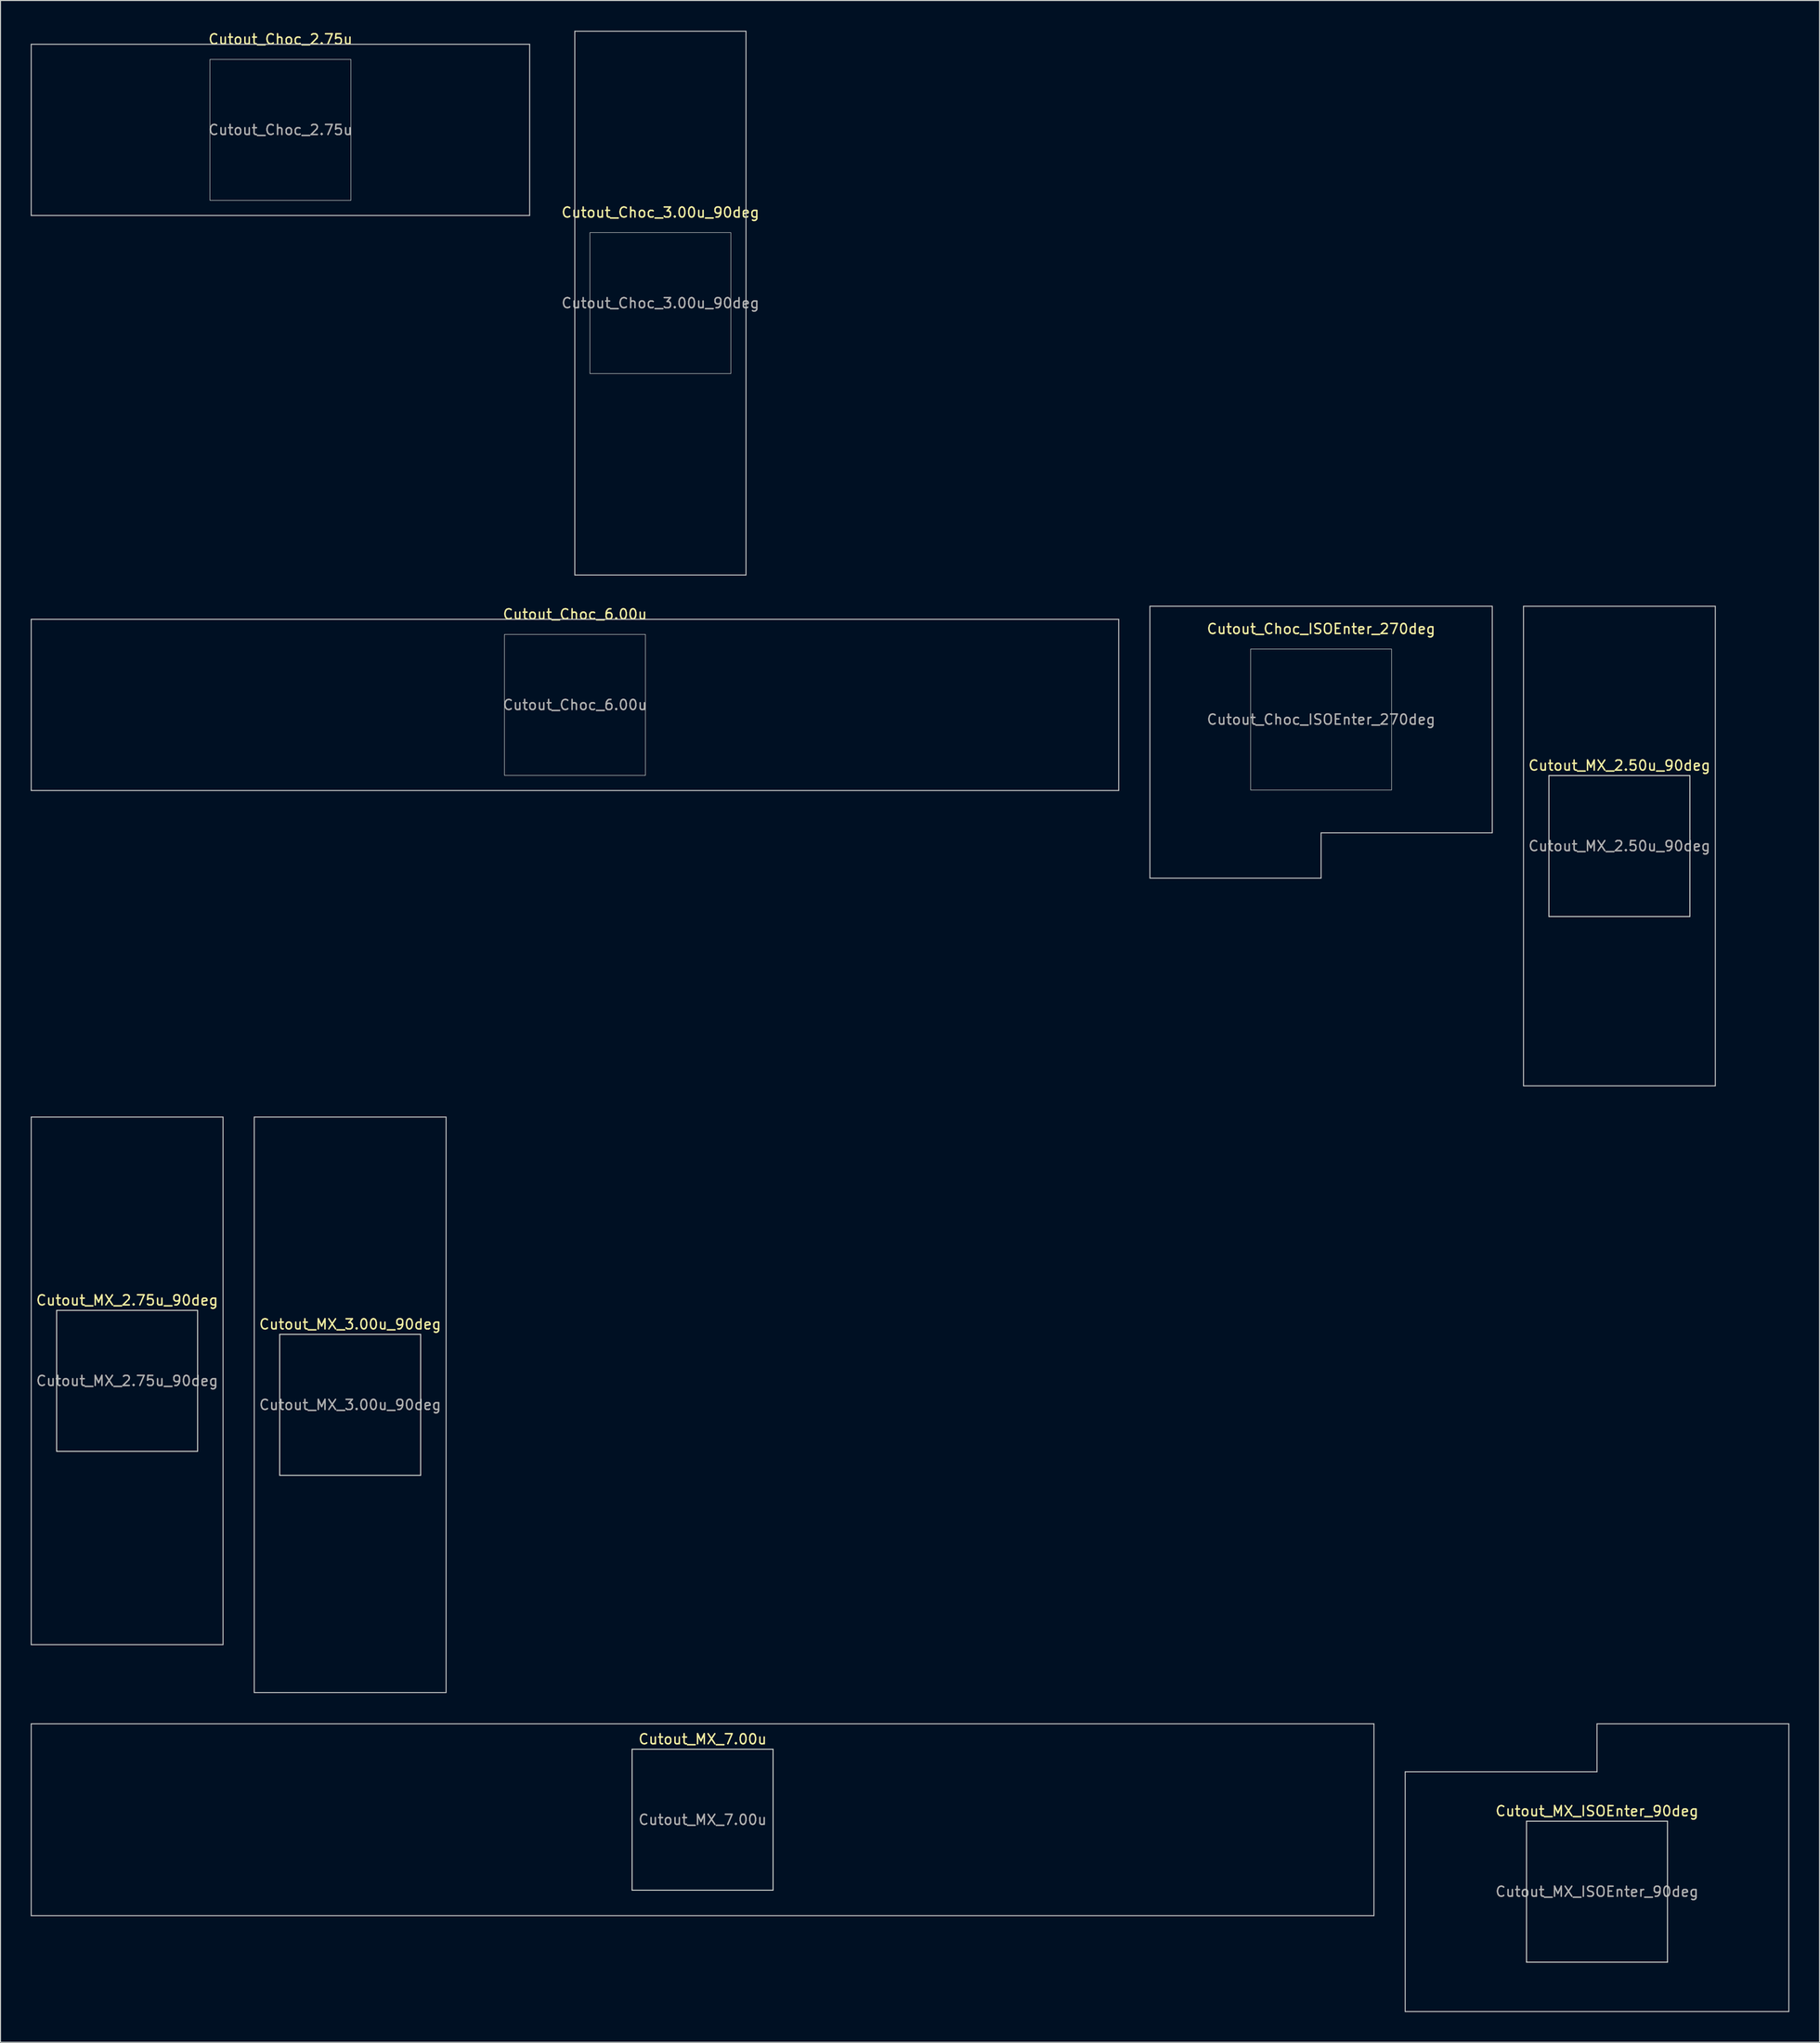
<source format=kicad_pcb>
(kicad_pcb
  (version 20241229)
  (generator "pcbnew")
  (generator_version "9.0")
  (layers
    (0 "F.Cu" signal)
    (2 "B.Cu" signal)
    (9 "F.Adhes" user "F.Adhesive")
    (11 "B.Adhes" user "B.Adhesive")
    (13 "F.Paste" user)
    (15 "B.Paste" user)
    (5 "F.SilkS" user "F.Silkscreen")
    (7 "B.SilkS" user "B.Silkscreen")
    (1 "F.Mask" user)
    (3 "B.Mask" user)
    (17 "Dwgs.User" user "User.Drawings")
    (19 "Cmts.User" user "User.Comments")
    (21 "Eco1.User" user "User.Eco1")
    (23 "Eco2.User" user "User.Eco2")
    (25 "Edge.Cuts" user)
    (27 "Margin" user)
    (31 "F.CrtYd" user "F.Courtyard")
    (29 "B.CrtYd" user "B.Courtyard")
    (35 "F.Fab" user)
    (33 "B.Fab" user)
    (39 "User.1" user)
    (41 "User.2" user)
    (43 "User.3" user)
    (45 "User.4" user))
  (footprint "Cutout_Choc_ISOEnter_270deg"
    (layer "F.Cu")
    (at 128.15 68.4)
    (property "Reference" "Cutout_Choc_ISOEnter_270deg" (at 0 -9 0) (layer "F.SilkS") (effects (font (size 1 1) (thickness 0.15))))
    (attr through_hole)
    (fp_line (start -17 -11.25) (end -17 15.75) (stroke (width 0.1) (type solid)) (layer "Dwgs.User"))
    (fp_line (start -17 15.75) (end 0 15.75) (stroke (width 0.1) (type solid)) (layer "Dwgs.User"))
    (fp_line (start 0 11.25) (end 17 11.25) (stroke (width 0.1) (type solid)) (layer "Dwgs.User"))
    (fp_line (start 0 15.75) (end 0 11.25) (stroke (width 0.1) (type solid)) (layer "Dwgs.User"))
    (fp_line (start 17 -11.25) (end -17 -11.25) (stroke (width 0.1) (type solid)) (layer "Dwgs.User"))
    (fp_line (start 17 11.25) (end 17 -11.25) (stroke (width 0.1) (type solid)) (layer "Dwgs.User"))
    (fp_rect (start -7 -7) (end 7 7) (stroke (width 0.05) (type default)) (fill no) (layer "Edge.Cuts"))
    (fp_text user "${REFERENCE}" (at 0 0 0) (layer "F.Fab") (effects (font (size 1 1) (thickness 0.15)))))
  (footprint "Cutout_MX_ISOEnter_90deg"
    (layer "F.Cu")
    (at 155.55 184.794)
    (property "Reference" "Cutout_MX_ISOEnter_90deg" (at 0 -8 0) (layer "F.SilkS") (effects (font (size 1 1) (thickness 0.15))))
    (attr through_hole)
    (fp_line (start -19.05 -11.906) (end -19.05 11.906) (stroke (width 0.1) (type solid)) (layer "Dwgs.User"))
    (fp_line (start -19.05 11.906) (end 19.05 11.906) (stroke (width 0.1) (type solid)) (layer "Dwgs.User"))
    (fp_line (start 0 -16.669) (end 0 -11.906) (stroke (width 0.1) (type solid)) (layer "Dwgs.User"))
    (fp_line (start 0 -11.906) (end -19.05 -11.906) (stroke (width 0.1) (type solid)) (layer "Dwgs.User"))
    (fp_line (start 19.05 -16.669) (end 0 -16.669) (stroke (width 0.1) (type solid)) (layer "Dwgs.User"))
    (fp_line (start 19.05 11.906) (end 19.05 -16.669) (stroke (width 0.1) (type solid)) (layer "Dwgs.User"))
    (fp_line (start -7 -7) (end -7 7) (stroke (width 0.1) (type solid)) (layer "Edge.Cuts"))
    (fp_line (start -7 7) (end 7 7) (stroke (width 0.1) (type solid)) (layer "Edge.Cuts"))
    (fp_line (start 7 -7) (end -7 -7) (stroke (width 0.1) (type solid)) (layer "Edge.Cuts"))
    (fp_line (start 7 7) (end 7 -7) (stroke (width 0.1) (type solid)) (layer "Edge.Cuts"))
    (fp_text user "${REFERENCE}" (at 0 0 0) (layer "F.Fab") (effects (font (size 1 1) (thickness 0.15)))))
  (footprint "Cutout_Choc_3.00u_90deg"
    (layer "F.Cu")
    (at 62.535 27.05)
    (property "Reference" "Cutout_Choc_3.00u_90deg" (at 0 -9 0) (layer "F.SilkS") (effects (font (size 1 1) (thickness 0.15))))
    (attr through_hole)
    (fp_line (start -8.5 -27) (end 8.5 -27) (stroke (width 0.1) (type solid)) (layer "Dwgs.User"))
    (fp_line (start -8.5 27) (end -8.5 -27) (stroke (width 0.1) (type solid)) (layer "Dwgs.User"))
    (fp_line (start 8.5 -27) (end 8.5 27) (stroke (width 0.1) (type solid)) (layer "Dwgs.User"))
    (fp_line (start 8.5 27) (end -8.5 27) (stroke (width 0.1) (type solid)) (layer "Dwgs.User"))
    (fp_rect (start -7 -7) (end 7 7) (stroke (width 0.05) (type default)) (fill no) (layer "Edge.Cuts"))
    (fp_text user "${REFERENCE}" (at 0 0 0) (layer "F.Fab") (effects (font (size 1 1) (thickness 0.15)))))
  (footprint "Cutout_MX_2.75u_90deg"
    (layer "F.Cu")
    (at 9.575 134.069)
    (property "Reference" "Cutout_MX_2.75u_90deg" (at 0 -8 0) (layer "F.SilkS") (effects (font (size 1 1) (thickness 0.15))))
    (attr through_hole)
    (fp_line (start -9.525 -26.194) (end 9.525 -26.194) (stroke (width 0.1) (type solid)) (layer "Dwgs.User"))
    (fp_line (start -9.525 26.194) (end -9.525 -26.194) (stroke (width 0.1) (type solid)) (layer "Dwgs.User"))
    (fp_line (start 9.525 -26.194) (end 9.525 26.194) (stroke (width 0.1) (type solid)) (layer "Dwgs.User"))
    (fp_line (start 9.525 26.194) (end -9.525 26.194) (stroke (width 0.1) (type solid)) (layer "Dwgs.User"))
    (fp_line (start -7 -7) (end -7 7) (stroke (width 0.1) (type solid)) (layer "Edge.Cuts"))
    (fp_line (start -7 7) (end 7 7) (stroke (width 0.1) (type solid)) (layer "Edge.Cuts"))
    (fp_line (start 7 -7) (end -7 -7) (stroke (width 0.1) (type solid)) (layer "Edge.Cuts"))
    (fp_line (start 7 7) (end 7 -7) (stroke (width 0.1) (type solid)) (layer "Edge.Cuts"))
    (fp_text user "${REFERENCE}" (at 0 0 0) (layer "F.Fab") (effects (font (size 1 1) (thickness 0.15)))))
  (footprint "Cutout_MX_3.00u_90deg"
    (layer "F.Cu")
    (at 31.725 136.45)
    (property "Reference" "Cutout_MX_3.00u_90deg" (at 0 -8 0) (layer "F.SilkS") (effects (font (size 1 1) (thickness 0.15))))
    (attr through_hole)
    (fp_line (start -9.525 -28.575) (end 9.525 -28.575) (stroke (width 0.1) (type solid)) (layer "Dwgs.User"))
    (fp_line (start -9.525 28.575) (end -9.525 -28.575) (stroke (width 0.1) (type solid)) (layer "Dwgs.User"))
    (fp_line (start 9.525 -28.575) (end 9.525 28.575) (stroke (width 0.1) (type solid)) (layer "Dwgs.User"))
    (fp_line (start 9.525 28.575) (end -9.525 28.575) (stroke (width 0.1) (type solid)) (layer "Dwgs.User"))
    (fp_line (start -7 -7) (end -7 7) (stroke (width 0.1) (type solid)) (layer "Edge.Cuts"))
    (fp_line (start -7 7) (end 7 7) (stroke (width 0.1) (type solid)) (layer "Edge.Cuts"))
    (fp_line (start 7 -7) (end -7 -7) (stroke (width 0.1) (type solid)) (layer "Edge.Cuts"))
    (fp_line (start 7 7) (end 7 -7) (stroke (width 0.1) (type solid)) (layer "Edge.Cuts"))
    (fp_text user "${REFERENCE}" (at 0 0 0) (layer "F.Fab") (effects (font (size 1 1) (thickness 0.15)))))
  (footprint "Cutout_Choc_6.00u"
    (layer "F.Cu")
    (at 54.05 66.948)
    (property "Reference" "Cutout_Choc_6.00u" (at 0 -9 0) (layer "F.SilkS") (effects (font (size 1 1) (thickness 0.15))))
    (attr through_hole)
    (fp_line (start -54 -8.5) (end -54 8.5) (stroke (width 0.1) (type solid)) (layer "Dwgs.User"))
    (fp_line (start -54 8.5) (end 54 8.5) (stroke (width 0.1) (type solid)) (layer "Dwgs.User"))
    (fp_line (start 54 -8.5) (end -54 -8.5) (stroke (width 0.1) (type solid)) (layer "Dwgs.User"))
    (fp_line (start 54 8.5) (end 54 -8.5) (stroke (width 0.1) (type solid)) (layer "Dwgs.User"))
    (fp_rect (start -7 -7) (end 7 7) (stroke (width 0.05) (type default)) (fill no) (layer "Edge.Cuts"))
    (fp_text user "${REFERENCE}" (at 0 0 0) (layer "F.Fab") (effects (font (size 1 1) (thickness 0.15)))))
  (footprint "Cutout_MX_7.00u"
    (layer "F.Cu")
    (at 66.725 177.65)
    (property "Reference" "Cutout_MX_7.00u" (at 0 -8 0) (layer "F.SilkS") (effects (font (size 1 1) (thickness 0.15))))
    (attr through_hole)
    (fp_line (start -66.675 -9.525) (end -66.675 9.525) (stroke (width 0.1) (type solid)) (layer "Dwgs.User"))
    (fp_line (start -66.675 9.525) (end 66.675 9.525) (stroke (width 0.1) (type solid)) (layer "Dwgs.User"))
    (fp_line (start 66.675 -9.525) (end -66.675 -9.525) (stroke (width 0.1) (type solid)) (layer "Dwgs.User"))
    (fp_line (start 66.675 9.525) (end 66.675 -9.525) (stroke (width 0.1) (type solid)) (layer "Dwgs.User"))
    (fp_line (start -7 -7) (end -7 7) (stroke (width 0.1) (type solid)) (layer "Edge.Cuts"))
    (fp_line (start -7 7) (end 7 7) (stroke (width 0.1) (type solid)) (layer "Edge.Cuts"))
    (fp_line (start 7 -7) (end -7 -7) (stroke (width 0.1) (type solid)) (layer "Edge.Cuts"))
    (fp_line (start 7 7) (end 7 -7) (stroke (width 0.1) (type solid)) (layer "Edge.Cuts"))
    (fp_text user "${REFERENCE}" (at 0 0 0) (layer "F.Fab") (effects (font (size 1 1) (thickness 0.15)))))
  (footprint "Cutout_MX_2.50u_90deg"
    (layer "F.Cu")
    (at 157.775 80.963)
    (property "Reference" "Cutout_MX_2.50u_90deg" (at 0 -8 0) (layer "F.SilkS") (effects (font (size 1 1) (thickness 0.15))))
    (attr through_hole)
    (fp_line (start -9.525 -23.812) (end 9.525 -23.812) (stroke (width 0.1) (type solid)) (layer "Dwgs.User"))
    (fp_line (start -9.525 23.812) (end -9.525 -23.812) (stroke (width 0.1) (type solid)) (layer "Dwgs.User"))
    (fp_line (start 9.525 -23.812) (end 9.525 23.812) (stroke (width 0.1) (type solid)) (layer "Dwgs.User"))
    (fp_line (start 9.525 23.812) (end -9.525 23.812) (stroke (width 0.1) (type solid)) (layer "Dwgs.User"))
    (fp_line (start -7 -7) (end -7 7) (stroke (width 0.1) (type solid)) (layer "Edge.Cuts"))
    (fp_line (start -7 7) (end 7 7) (stroke (width 0.1) (type solid)) (layer "Edge.Cuts"))
    (fp_line (start 7 -7) (end -7 -7) (stroke (width 0.1) (type solid)) (layer "Edge.Cuts"))
    (fp_line (start 7 7) (end 7 -7) (stroke (width 0.1) (type solid)) (layer "Edge.Cuts"))
    (fp_text user "${REFERENCE}" (at 0 0 0) (layer "F.Fab") (effects (font (size 1 1) (thickness 0.15)))))
  (footprint "Cutout_Choc_2.75u"
    (layer "F.Cu")
    (at 24.8 9.848)
    (property "Reference" "Cutout_Choc_2.75u" (at 0 -9 0) (layer "F.SilkS") (effects (font (size 1 1) (thickness 0.15))))
    (attr through_hole)
    (fp_line (start -24.75 -8.5) (end -24.75 8.5) (stroke (width 0.1) (type solid)) (layer "Dwgs.User"))
    (fp_line (start -24.75 8.5) (end 24.75 8.5) (stroke (width 0.1) (type solid)) (layer "Dwgs.User"))
    (fp_line (start 24.75 -8.5) (end -24.75 -8.5) (stroke (width 0.1) (type solid)) (layer "Dwgs.User"))
    (fp_line (start 24.75 8.5) (end 24.75 -8.5) (stroke (width 0.1) (type solid)) (layer "Dwgs.User"))
    (fp_rect (start -7 -7) (end 7 7) (stroke (width 0.05) (type default)) (fill no) (layer "Edge.Cuts"))
    (fp_text user "${REFERENCE}" (at 0 0 0) (layer "F.Fab") (effects (font (size 1 1) (thickness 0.15)))))
  (gr_rect
    (start -3 -3)
    (end 177.65 199.75)
    (stroke (width 0.1) (type default))
    (fill no)
    (layer "Edge.Cuts")))
</source>
